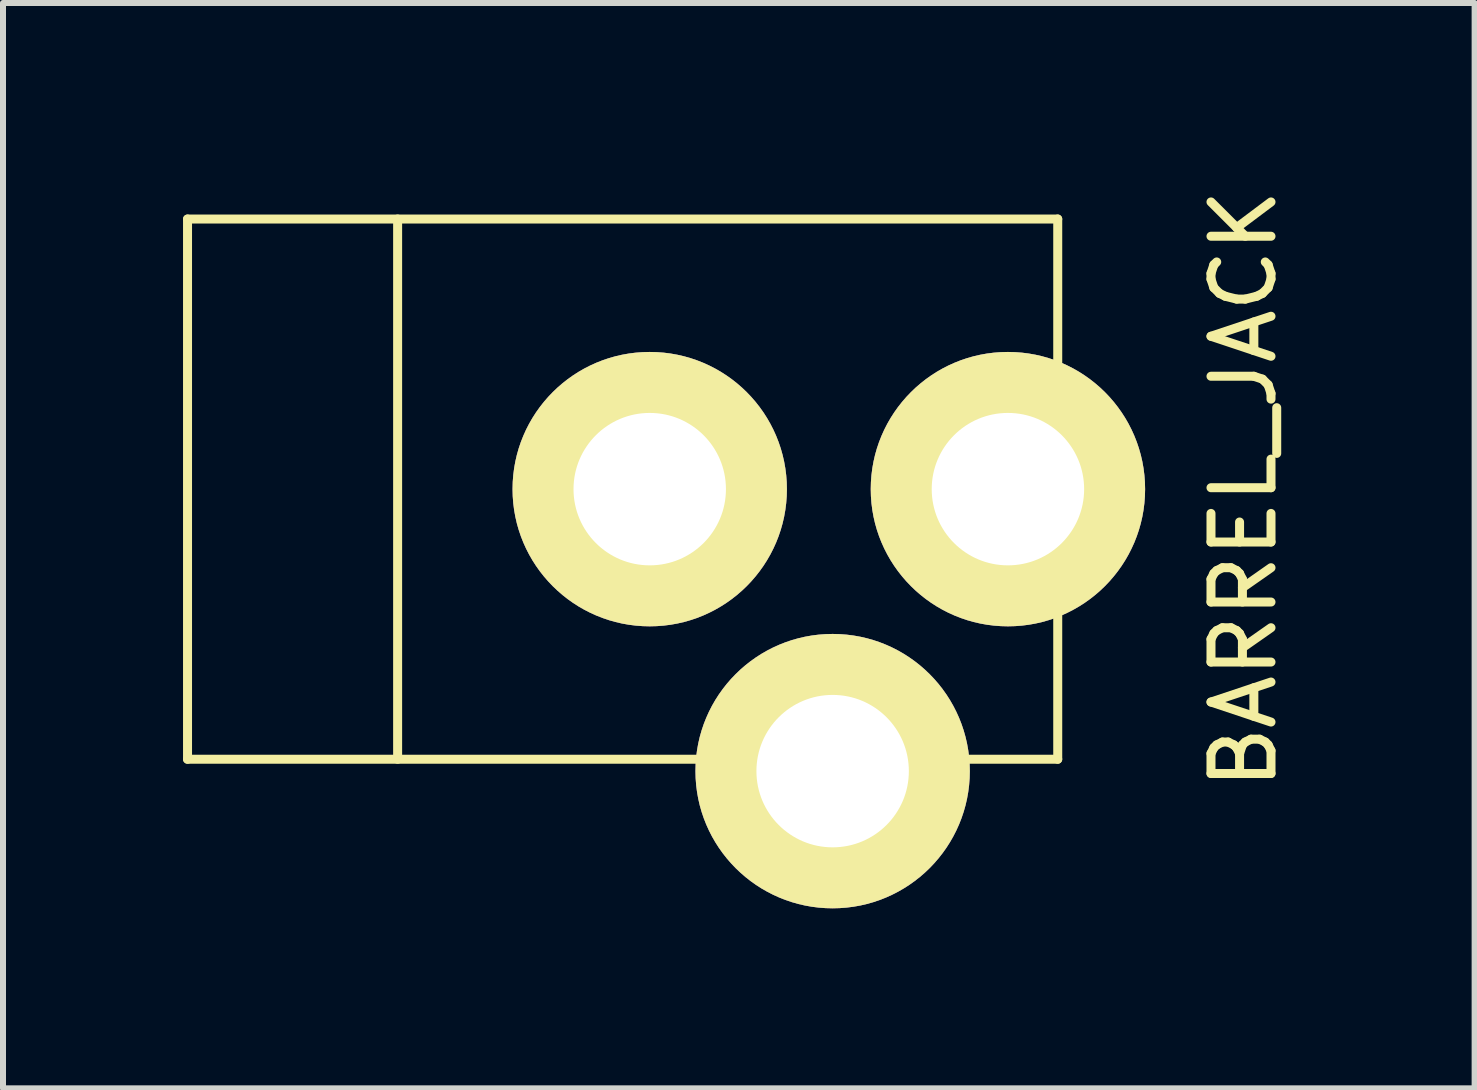
<source format=kicad_pcb>
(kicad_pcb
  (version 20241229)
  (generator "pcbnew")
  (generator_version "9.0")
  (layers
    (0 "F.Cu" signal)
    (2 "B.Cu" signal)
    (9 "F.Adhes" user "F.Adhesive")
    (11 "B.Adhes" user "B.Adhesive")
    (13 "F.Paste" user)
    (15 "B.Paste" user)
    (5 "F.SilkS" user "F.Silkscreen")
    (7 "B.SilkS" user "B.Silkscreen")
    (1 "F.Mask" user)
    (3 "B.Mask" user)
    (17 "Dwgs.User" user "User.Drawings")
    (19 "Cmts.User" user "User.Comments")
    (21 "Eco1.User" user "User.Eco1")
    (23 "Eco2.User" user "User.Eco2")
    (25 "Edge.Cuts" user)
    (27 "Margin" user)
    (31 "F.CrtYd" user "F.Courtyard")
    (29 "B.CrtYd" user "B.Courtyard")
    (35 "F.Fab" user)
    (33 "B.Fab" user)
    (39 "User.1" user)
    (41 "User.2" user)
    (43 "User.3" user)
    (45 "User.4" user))
  (footprint "BARREL_JACK"
    (layer "F.Cu")
    (at 7.576 5.101)
    (property "Reference" "BARREL_JACK" (at 10.099 0 90) (layer "F.SilkS") (effects (font (size 1 1) (thickness 0.15))))
    (attr through_hole)
    (fp_line (start -7.501 -4.501) (end -7.501 4.501) (stroke (width 0.15) (type solid)) (layer "F.SilkS"))
    (fp_line (start -7.501 4.501) (end 7 4.501) (stroke (width 0.15) (type solid)) (layer "F.SilkS"))
    (fp_line (start -4 -4.501) (end -4 4.501) (stroke (width 0.15) (type solid)) (layer "F.SilkS"))
    (fp_line (start 7 -4.501) (end -7.501 -4.501) (stroke (width 0.15) (type solid)) (layer "F.SilkS"))
    (fp_line (start 7 4.501) (end 7 -4.501) (stroke (width 0.15) (type solid)) (layer "F.SilkS"))
    (pad "1" thru_hole circle (at 6.17 0) (size 4.572 4.572) (drill 2.54) (layers "*.Cu" "*.Mask" "F.SilkS"))
    (pad "2" thru_hole circle (at 0.201 0) (size 4.572 4.572) (drill 2.54) (layers "*.Cu" "*.Mask" "F.SilkS"))
    (pad "3" thru_hole circle (at 3.249 4.699) (size 4.572 4.572) (drill 2.54) (layers "*.Cu" "*.Mask" "F.SilkS")))
  (gr_rect
    (start -3 -3)
    (end 21.523 15.086)
    (stroke (width 0.1) (type default))
    (fill no)
    (layer "Edge.Cuts")))
</source>
